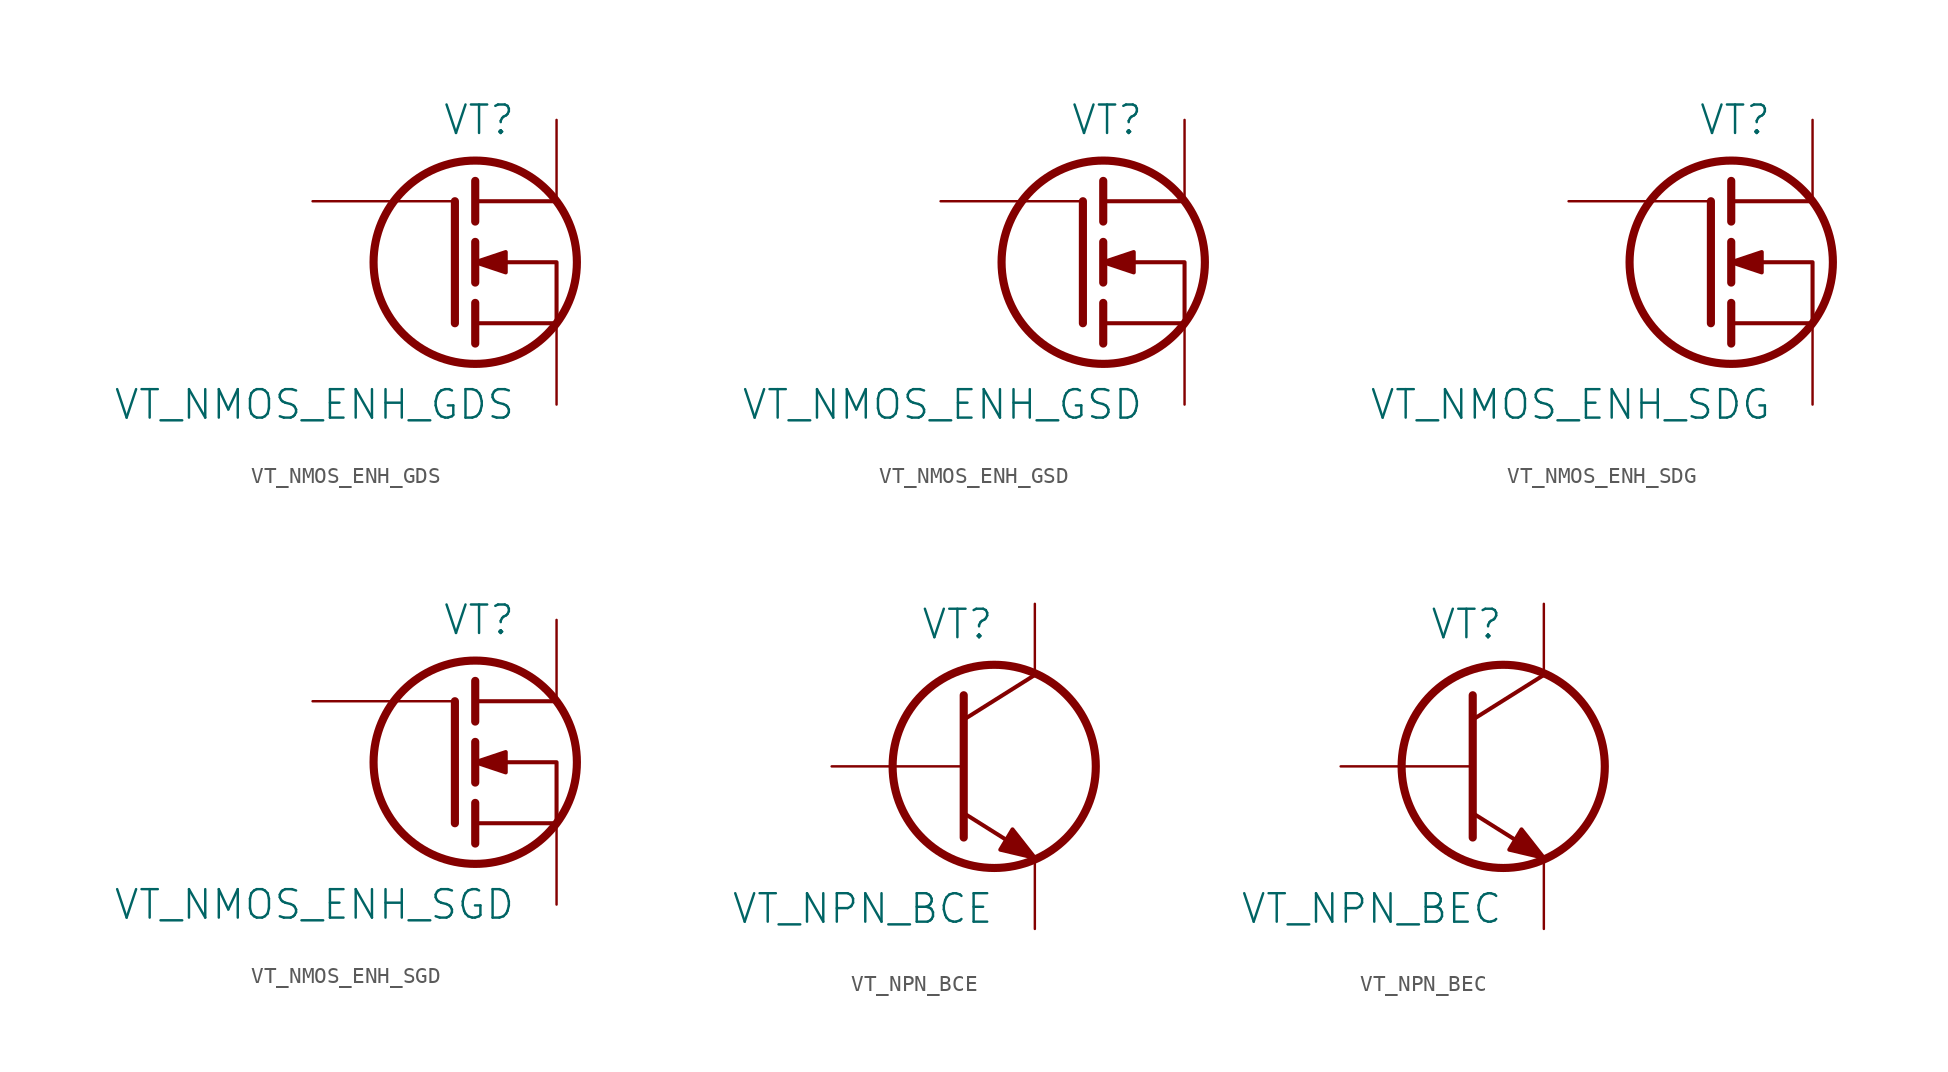
<source format=kicad_sym>
(kicad_symbol_lib
  (version 20211014)
  (generator kicad_symbol_editor)
  (symbol "VT_NMOS_ENH_GDS"
    (pin_names
      (offset 0))
    (property "Reference" "VT"
      (at 2.54 8.89 0)
      (effects (font (size 1.778 1.778)) (justify right)))
    (property "Value" "VT_NMOS_ENH_GDS"
      (at 2.54 -8.89 0)
      (effects (font (size 1.778 1.778)) (justify right)))
    (symbol "VT_NMOS_ENH_GDS_0_1"
      (polyline (pts (xy -10.16 3.81) (xy -1.27 3.81)) (stroke (width 0) (type default) (color 0 0 0 0)) (fill (type none)))
      (polyline (pts (xy -1.27 -3.81) (xy -1.27 3.81)) (stroke (width 0.508) (type default) (color 0 0 0 0)) (fill (type none)))
      (polyline (pts (xy 0 -3.81) (xy 5.08 -3.81)) (stroke (width 0.254) (type default) (color 0 0 0 0)) (fill (type none)))
      (polyline (pts (xy 0 -2.54) (xy 0 -5.08)) (stroke (width 0.508) (type default) (color 0 0 0 0)) (fill (type none)))
      (polyline (pts (xy 0 1.27) (xy 0 -1.27)) (stroke (width 0.508) (type default) (color 0 0 0 0)) (fill (type none)))
      (polyline (pts (xy 0 3.81) (xy 5.08 3.81)) (stroke (width 0.254) (type default) (color 0 0 0 0)) (fill (type none)))
      (polyline (pts (xy 0 5.08) (xy 0 2.54)) (stroke (width 0.508) (type default) (color 0 0 0 0)) (fill (type none)))
      (polyline (pts (xy 5.08 -3.81) (xy 5.08 -8.89)) (stroke (width 0) (type default) (color 0 0 0 0)) (fill (type none)))
      (polyline (pts (xy 5.08 8.89) (xy 5.08 3.81)) (stroke (width 0) (type default) (color 0 0 0 0)) (fill (type none)))
      (polyline (pts (xy 0 0) (xy 5.08 0) (xy 5.08 -3.81)) (stroke (width 0.254) (type default) (color 0 0 0 0)) (fill (type none)))
      (polyline (pts (xy 1.905 -0.635) (xy 0 0) (xy 1.905 0.635) (xy 1.905 -0.635)) (stroke (width 0.254) (type default) (color 0 0 0 0)) (fill (type outline)))
      (circle (center 0 0) (radius 6.35) (stroke (width 0.508) (type default) (color 0 0 0 0)) (fill (type none))))
    (symbol "VT_NMOS_ENH_GDS_1_1"
      (pin passive line (at -10.16 3.81 0) (length 2.54) hide (name "G" (effects (font (size 1.27 1.27)))) (number "1" (effects (font (size 1.27 1.27)))))
      (pin passive line (at 5.08 8.89 270) (length 2.54) hide (name "D" (effects (font (size 1.27 1.27)))) (number "2" (effects (font (size 1.27 1.27)))))
      (pin passive line (at 5.08 -8.89 90) (length 2.54) hide (name "S" (effects (font (size 1.27 1.27)))) (number "3" (effects (font (size 1.27 1.27)))))))
  (symbol "VT_NMOS_ENH_GSD"
    (pin_names
      (offset 0))
    (property "Reference" "VT"
      (at 2.54 8.89 0)
      (effects (font (size 1.778 1.778)) (justify right)))
    (property "Value" "VT_NMOS_ENH_GSD"
      (at 2.54 -8.89 0)
      (effects (font (size 1.778 1.778)) (justify right)))
    (symbol "VT_NMOS_ENH_GSD_0_1"
      (polyline (pts (xy -10.16 3.81) (xy -1.27 3.81)) (stroke (width 0) (type default) (color 0 0 0 0)) (fill (type none)))
      (polyline (pts (xy -1.27 -3.81) (xy -1.27 3.81)) (stroke (width 0.508) (type default) (color 0 0 0 0)) (fill (type none)))
      (polyline (pts (xy 0 -3.81) (xy 5.08 -3.81)) (stroke (width 0.254) (type default) (color 0 0 0 0)) (fill (type none)))
      (polyline (pts (xy 0 -2.54) (xy 0 -5.08)) (stroke (width 0.508) (type default) (color 0 0 0 0)) (fill (type none)))
      (polyline (pts (xy 0 1.27) (xy 0 -1.27)) (stroke (width 0.508) (type default) (color 0 0 0 0)) (fill (type none)))
      (polyline (pts (xy 0 3.81) (xy 5.08 3.81)) (stroke (width 0.254) (type default) (color 0 0 0 0)) (fill (type none)))
      (polyline (pts (xy 0 5.08) (xy 0 2.54)) (stroke (width 0.508) (type default) (color 0 0 0 0)) (fill (type none)))
      (polyline (pts (xy 5.08 -3.81) (xy 5.08 -8.89)) (stroke (width 0) (type default) (color 0 0 0 0)) (fill (type none)))
      (polyline (pts (xy 5.08 8.89) (xy 5.08 3.81)) (stroke (width 0) (type default) (color 0 0 0 0)) (fill (type none)))
      (polyline (pts (xy 0 0) (xy 5.08 0) (xy 5.08 -3.81)) (stroke (width 0.254) (type default) (color 0 0 0 0)) (fill (type none)))
      (polyline (pts (xy 1.905 -0.635) (xy 0 0) (xy 1.905 0.635) (xy 1.905 -0.635)) (stroke (width 0.254) (type default) (color 0 0 0 0)) (fill (type outline)))
      (circle (center 0 0) (radius 6.35) (stroke (width 0.508) (type default) (color 0 0 0 0)) (fill (type none))))
    (symbol "VT_NMOS_ENH_GSD_1_1"
      (pin passive line (at -10.16 3.81 0) (length 2.54) hide (name "G" (effects (font (size 1.27 1.27)))) (number "1" (effects (font (size 1.27 1.27)))))
      (pin passive line (at 5.08 -8.89 90) (length 2.54) hide (name "S" (effects (font (size 1.27 1.27)))) (number "2" (effects (font (size 1.27 1.27)))))
      (pin passive line (at 5.08 8.89 270) (length 2.54) hide (name "D" (effects (font (size 1.27 1.27)))) (number "3" (effects (font (size 1.27 1.27)))))))
  (symbol "VT_NMOS_ENH_SDG"
    (pin_names
      (offset 0))
    (property "Reference" "VT"
      (at 2.54 8.89 0)
      (effects (font (size 1.778 1.778)) (justify right)))
    (property "Value" "VT_NMOS_ENH_SDG"
      (at 2.54 -8.89 0)
      (effects (font (size 1.778 1.778)) (justify right)))
    (symbol "VT_NMOS_ENH_SDG_0_1"
      (polyline (pts (xy -10.16 3.81) (xy -1.27 3.81)) (stroke (width 0) (type default) (color 0 0 0 0)) (fill (type none)))
      (polyline (pts (xy -1.27 -3.81) (xy -1.27 3.81)) (stroke (width 0.508) (type default) (color 0 0 0 0)) (fill (type none)))
      (polyline (pts (xy 0 -3.81) (xy 5.08 -3.81)) (stroke (width 0.254) (type default) (color 0 0 0 0)) (fill (type none)))
      (polyline (pts (xy 0 -2.54) (xy 0 -5.08)) (stroke (width 0.508) (type default) (color 0 0 0 0)) (fill (type none)))
      (polyline (pts (xy 0 1.27) (xy 0 -1.27)) (stroke (width 0.508) (type default) (color 0 0 0 0)) (fill (type none)))
      (polyline (pts (xy 0 3.81) (xy 5.08 3.81)) (stroke (width 0.254) (type default) (color 0 0 0 0)) (fill (type none)))
      (polyline (pts (xy 0 5.08) (xy 0 2.54)) (stroke (width 0.508) (type default) (color 0 0 0 0)) (fill (type none)))
      (polyline (pts (xy 5.08 -3.81) (xy 5.08 -8.89)) (stroke (width 0) (type default) (color 0 0 0 0)) (fill (type none)))
      (polyline (pts (xy 5.08 8.89) (xy 5.08 3.81)) (stroke (width 0) (type default) (color 0 0 0 0)) (fill (type none)))
      (polyline (pts (xy 0 0) (xy 5.08 0) (xy 5.08 -3.81)) (stroke (width 0.254) (type default) (color 0 0 0 0)) (fill (type none)))
      (polyline (pts (xy 1.905 -0.635) (xy 0 0) (xy 1.905 0.635) (xy 1.905 -0.635)) (stroke (width 0.254) (type default) (color 0 0 0 0)) (fill (type outline)))
      (circle (center 0 0) (radius 6.35) (stroke (width 0.508) (type default) (color 0 0 0 0)) (fill (type none))))
    (symbol "VT_NMOS_ENH_SDG_1_1"
      (pin passive line (at 5.08 -8.89 90) (length 2.54) hide (name "S" (effects (font (size 1.27 1.27)))) (number "1" (effects (font (size 1.27 1.27)))))
      (pin passive line (at 5.08 8.89 270) (length 2.54) hide (name "D" (effects (font (size 1.27 1.27)))) (number "2" (effects (font (size 1.27 1.27)))))
      (pin passive line (at -10.16 3.81 0) (length 2.54) hide (name "G" (effects (font (size 1.27 1.27)))) (number "3" (effects (font (size 1.27 1.27)))))))
  (symbol "VT_NMOS_ENH_SGD"
    (pin_names
      (offset 0))
    (property "Reference" "VT"
      (at 2.54 8.89 0)
      (effects (font (size 1.778 1.778)) (justify right)))
    (property "Value" "VT_NMOS_ENH_SGD"
      (at 2.54 -8.89 0)
      (effects (font (size 1.778 1.778)) (justify right)))
    (symbol "VT_NMOS_ENH_SGD_0_1"
      (polyline (pts (xy -10.16 3.81) (xy -1.27 3.81)) (stroke (width 0) (type default) (color 0 0 0 0)) (fill (type none)))
      (polyline (pts (xy -1.27 -3.81) (xy -1.27 3.81)) (stroke (width 0.508) (type default) (color 0 0 0 0)) (fill (type none)))
      (polyline (pts (xy 0 -3.81) (xy 5.08 -3.81)) (stroke (width 0.254) (type default) (color 0 0 0 0)) (fill (type none)))
      (polyline (pts (xy 0 -2.54) (xy 0 -5.08)) (stroke (width 0.508) (type default) (color 0 0 0 0)) (fill (type none)))
      (polyline (pts (xy 0 1.27) (xy 0 -1.27)) (stroke (width 0.508) (type default) (color 0 0 0 0)) (fill (type none)))
      (polyline (pts (xy 0 3.81) (xy 5.08 3.81)) (stroke (width 0.254) (type default) (color 0 0 0 0)) (fill (type none)))
      (polyline (pts (xy 0 5.08) (xy 0 2.54)) (stroke (width 0.508) (type default) (color 0 0 0 0)) (fill (type none)))
      (polyline (pts (xy 5.08 -3.81) (xy 5.08 -8.89)) (stroke (width 0) (type default) (color 0 0 0 0)) (fill (type none)))
      (polyline (pts (xy 5.08 8.89) (xy 5.08 3.81)) (stroke (width 0) (type default) (color 0 0 0 0)) (fill (type none)))
      (polyline (pts (xy 0 0) (xy 5.08 0) (xy 5.08 -3.81)) (stroke (width 0.254) (type default) (color 0 0 0 0)) (fill (type none)))
      (polyline (pts (xy 1.905 -0.635) (xy 0 0) (xy 1.905 0.635) (xy 1.905 -0.635)) (stroke (width 0.254) (type default) (color 0 0 0 0)) (fill (type outline)))
      (circle (center 0 0) (radius 6.35) (stroke (width 0.508) (type default) (color 0 0 0 0)) (fill (type none))))
    (symbol "VT_NMOS_ENH_SGD_1_1"
      (pin passive line (at 5.08 -8.89 90) (length 2.54) hide (name "S" (effects (font (size 1.27 1.27)))) (number "1" (effects (font (size 1.27 1.27)))))
      (pin passive line (at -10.16 3.81 0) (length 2.54) hide (name "G" (effects (font (size 1.27 1.27)))) (number "2" (effects (font (size 1.27 1.27)))))
      (pin passive line (at 5.08 8.89 270) (length 2.54) hide (name "D" (effects (font (size 1.27 1.27)))) (number "3" (effects (font (size 1.27 1.27)))))))
  (symbol "VT_NPN_BCE"
    (pin_names
      (offset 0))
    (property "Reference" "VT"
      (at 0 8.89 0)
      (effects (font (size 1.778 1.778)) (justify right)))
    (property "Value" "VT_NPN_BCE"
      (at 0 -8.89 0)
      (effects (font (size 1.778 1.778)) (justify right)))
    (symbol "VT_NPN_BCE_0_1"
      (polyline (pts (xy -10.16 0) (xy -1.905 0)) (stroke (width 0) (type default) (color 0 0 0 0)) (fill (type none)))
      (polyline (pts (xy -1.905 -2.921) (xy 2.54 -5.715)) (stroke (width 0.254) (type default) (color 0 0 0 0)) (fill (type none)))
      (polyline (pts (xy 2.54 -5.715) (xy 2.54 -10.16)) (stroke (width 0) (type default) (color 0 0 0 0)) (fill (type none)))
      (polyline (pts (xy 2.54 5.715) (xy -1.905 2.921)) (stroke (width 0.254) (type default) (color 0 0 0 0)) (fill (type none)))
      (polyline (pts (xy 2.54 10.16) (xy 2.54 5.715)) (stroke (width 0) (type default) (color 0 0 0 0)) (fill (type none)))
      (polyline (pts (xy 2.54 -5.715) (xy 0.381 -5.207) (xy 1.143 -3.937) (xy 2.54 -5.715)) (stroke (width 0.254) (type default) (color 0 0 0 0)) (fill (type outline)))
      (circle (center 0 0) (radius 6.35) (stroke (width 0.508) (type default) (color 0 0 0 0)) (fill (type none))))
    (symbol "VT_NPN_BCE_1_1"
      (polyline (pts (xy -1.905 4.445) (xy -1.905 -4.445)) (stroke (width 0.508) (type default) (color 0 0 0 0)) (fill (type none)))
      (pin passive line (at -10.16 0 0) (length 2.54) hide (name "B" (effects (font (size 1.27 1.27)))) (number "1" (effects (font (size 1.27 1.27)))))
      (pin passive line (at 2.54 10.16 270) (length 2.54) hide (name "C" (effects (font (size 1.27 1.27)))) (number "2" (effects (font (size 1.27 1.27)))))
      (pin passive line (at 2.54 -10.16 90) (length 2.54) hide (name "E" (effects (font (size 1.27 1.27)))) (number "3" (effects (font (size 1.27 1.27)))))))
  (symbol "VT_NPN_BEC"
    (pin_names
      (offset 0))
    (property "Reference" "VT"
      (at 0 8.89 0)
      (effects (font (size 1.778 1.778)) (justify right)))
    (property "Value" "VT_NPN_BEC"
      (at 0 -8.89 0)
      (effects (font (size 1.778 1.778)) (justify right)))
    (symbol "VT_NPN_BEC_0_1"
      (polyline (pts (xy -10.16 0) (xy -1.905 0)) (stroke (width 0) (type default) (color 0 0 0 0)) (fill (type none)))
      (polyline (pts (xy -1.905 -2.921) (xy 2.54 -5.715)) (stroke (width 0.254) (type default) (color 0 0 0 0)) (fill (type none)))
      (polyline (pts (xy 2.54 -5.715) (xy 2.54 -10.16)) (stroke (width 0) (type default) (color 0 0 0 0)) (fill (type none)))
      (polyline (pts (xy 2.54 5.715) (xy -1.905 2.921)) (stroke (width 0.254) (type default) (color 0 0 0 0)) (fill (type none)))
      (polyline (pts (xy 2.54 10.16) (xy 2.54 5.715)) (stroke (width 0) (type default) (color 0 0 0 0)) (fill (type none)))
      (polyline (pts (xy 2.54 -5.715) (xy 0.381 -5.207) (xy 1.143 -3.937) (xy 2.54 -5.715)) (stroke (width 0.254) (type default) (color 0 0 0 0)) (fill (type outline)))
      (circle (center 0 0) (radius 6.35) (stroke (width 0.508) (type default) (color 0 0 0 0)) (fill (type none))))
    (symbol "VT_NPN_BEC_1_1"
      (polyline (pts (xy -1.905 4.445) (xy -1.905 -4.445)) (stroke (width 0.508) (type default) (color 0 0 0 0)) (fill (type none)))
      (pin passive line (at -10.16 0 0) (length 2.54) hide (name "B" (effects (font (size 1.27 1.27)))) (number "1" (effects (font (size 1.27 1.27)))))
      (pin passive line (at 2.54 -10.16 90) (length 2.54) hide (name "E" (effects (font (size 1.27 1.27)))) (number "2" (effects (font (size 1.27 1.27)))))
      (pin passive line (at 2.54 10.16 270) (length 2.54) hide (name "C" (effects (font (size 1.27 1.27)))) (number "3" (effects (font (size 1.27 1.27))))))))
</source>
